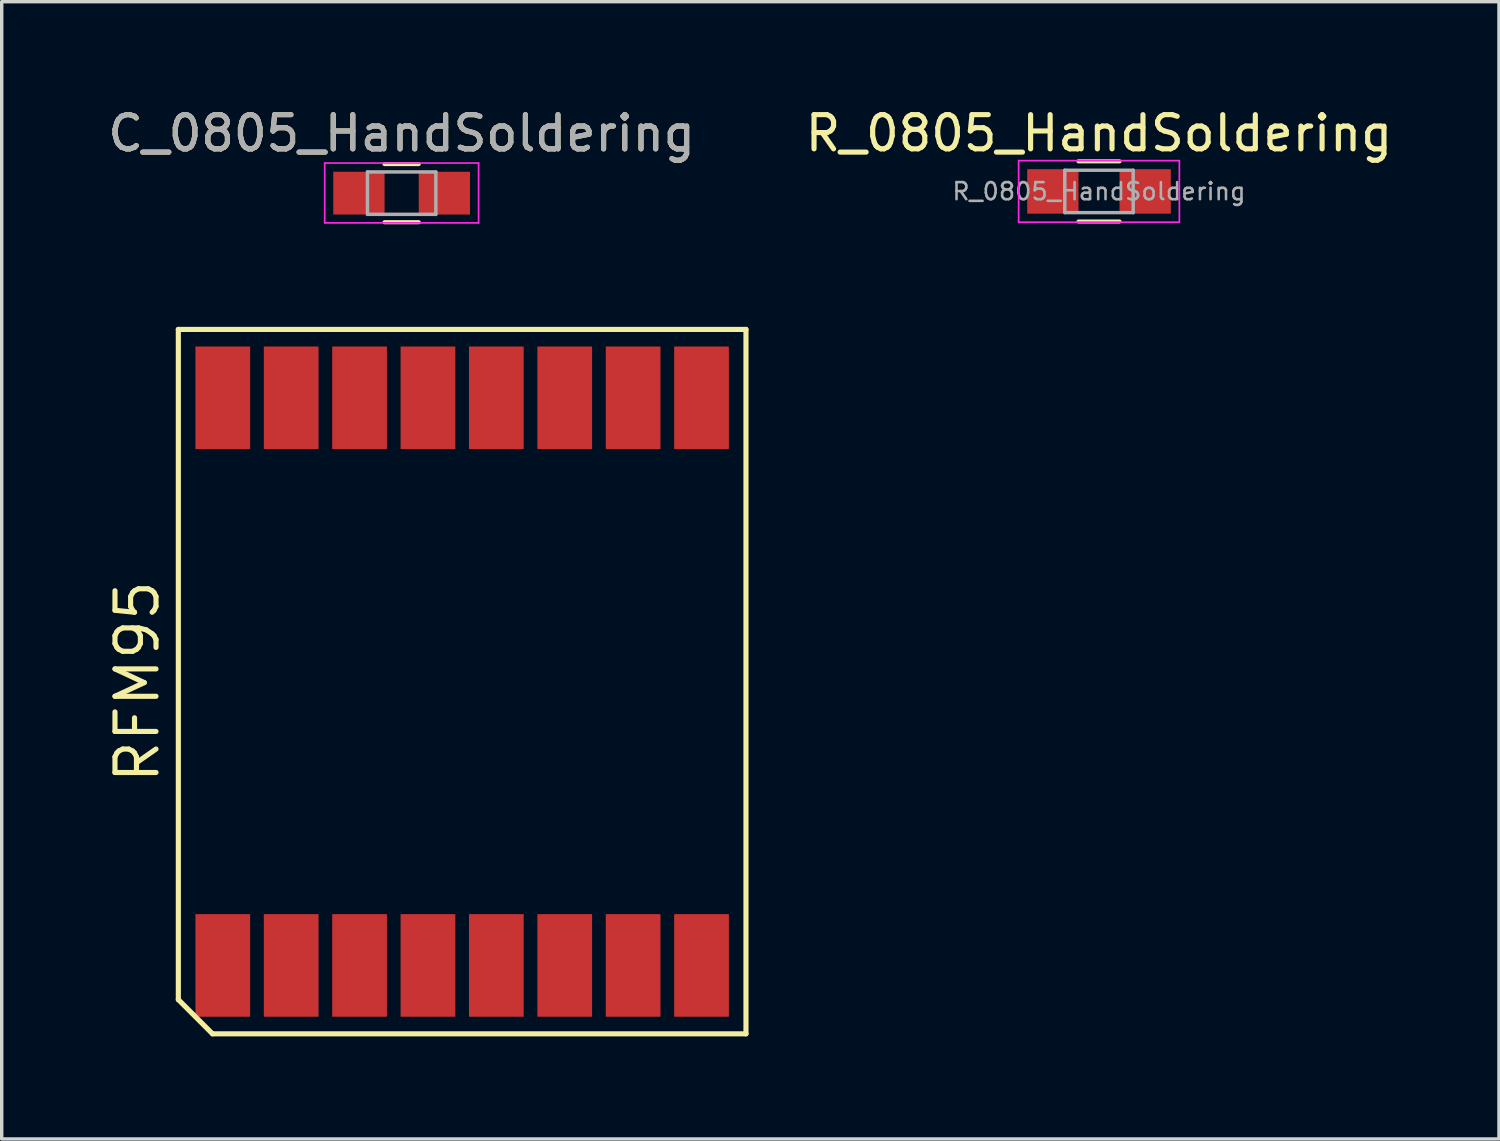
<source format=kicad_pcb>
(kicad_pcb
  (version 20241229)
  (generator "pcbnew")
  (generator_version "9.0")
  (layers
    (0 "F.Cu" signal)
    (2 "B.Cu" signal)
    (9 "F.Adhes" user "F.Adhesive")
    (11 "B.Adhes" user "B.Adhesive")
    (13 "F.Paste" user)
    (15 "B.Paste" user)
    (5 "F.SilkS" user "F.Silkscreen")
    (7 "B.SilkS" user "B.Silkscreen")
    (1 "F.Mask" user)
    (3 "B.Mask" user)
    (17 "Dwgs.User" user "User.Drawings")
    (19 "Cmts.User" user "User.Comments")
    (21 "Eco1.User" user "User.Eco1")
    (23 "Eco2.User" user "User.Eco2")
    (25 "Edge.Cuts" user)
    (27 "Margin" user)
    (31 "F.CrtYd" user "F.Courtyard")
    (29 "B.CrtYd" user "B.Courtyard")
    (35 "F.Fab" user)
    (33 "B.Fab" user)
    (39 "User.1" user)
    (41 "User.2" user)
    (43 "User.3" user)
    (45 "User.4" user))
  (footprint "C_0805_HandSoldering"
    (layer "F.Cu")
    (at 8.696 2.598)
    (property "Reference" "C_0805_HandSoldering" (at 0 -1.75 0) (layer "F.SilkS") (effects (font (size 1 1) (thickness 0.15))))
    (attr smd)
    (fp_line (start -0.5 0.85) (end 0.5 0.85) (stroke (width 0.12) (type solid)) (layer "F.SilkS"))
    (fp_line (start 0.5 -0.85) (end -0.5 -0.85) (stroke (width 0.12) (type solid)) (layer "F.SilkS"))
    (fp_line (start -2.25 -0.88) (end -2.25 0.87) (stroke (width 0.05) (type solid)) (layer "F.CrtYd"))
    (fp_line (start -2.25 -0.88) (end 2.25 -0.88) (stroke (width 0.05) (type solid)) (layer "F.CrtYd"))
    (fp_line (start 2.25 0.87) (end -2.25 0.87) (stroke (width 0.05) (type solid)) (layer "F.CrtYd"))
    (fp_line (start 2.25 0.87) (end 2.25 -0.88) (stroke (width 0.05) (type solid)) (layer "F.CrtYd"))
    (fp_line (start -1 -0.62) (end 1 -0.62) (stroke (width 0.1) (type solid)) (layer "F.Fab"))
    (fp_line (start -1 0.62) (end -1 -0.62) (stroke (width 0.1) (type solid)) (layer "F.Fab"))
    (fp_line (start 1 -0.62) (end 1 0.62) (stroke (width 0.1) (type solid)) (layer "F.Fab"))
    (fp_line (start 1 0.62) (end -1 0.62) (stroke (width 0.1) (type solid)) (layer "F.Fab"))
    (fp_text user "${REFERENCE}" (at 0 -1.75 0) (layer "F.Fab") (effects (font (size 1 1) (thickness 0.15))))
    (pad "1" smd rect (at -1.25 0) (size 1.5 1.25) (layers "F.Cu" "F.Mask" "F.Paste"))
    (pad "2" smd rect (at 1.25 0) (size 1.5 1.25) (layers "F.Cu" "F.Mask" "F.Paste")))
  (footprint "RFM95"
    (layer "F.Cu")
    (at 10.465 16.883)
    (property "Reference" "RFM95" (at -9.5 0 90) (layer "F.SilkS") (effects (font (size 1.2 1.2) (thickness 0.15))))
    (attr through_hole)
    (fp_line (start -8.3 -10.3) (end -8.3 9.3) (stroke (width 0.15) (type solid)) (layer "F.SilkS"))
    (fp_line (start -8.3 9.3) (end -7.3 10.3) (stroke (width 0.15) (type solid)) (layer "F.SilkS"))
    (fp_line (start -7.3 10.3) (end 8.3 10.3) (stroke (width 0.15) (type solid)) (layer "F.SilkS"))
    (fp_line (start 8.3 -10.3) (end -8.3 -10.3) (stroke (width 0.15) (type solid)) (layer "F.SilkS"))
    (fp_line (start 8.3 10.3) (end 8.3 -10.3) (stroke (width 0.15) (type solid)) (layer "F.SilkS"))
    (pad "1" smd rect (at -7 8.3) (size 1.6 3) (layers "F.Cu" "F.Mask" "F.Paste"))
    (pad "2" smd rect (at -5 8.3) (size 1.6 3) (layers "F.Cu" "F.Mask" "F.Paste"))
    (pad "3" smd rect (at -3 8.3) (size 1.6 3) (layers "F.Cu" "F.Mask" "F.Paste"))
    (pad "4" smd rect (at -1 8.3) (size 1.6 3) (layers "F.Cu" "F.Mask" "F.Paste"))
    (pad "5" smd rect (at 1 8.3) (size 1.6 3) (layers "F.Cu" "F.Mask" "F.Paste"))
    (pad "6" smd rect (at 3 8.3) (size 1.6 3) (layers "F.Cu" "F.Mask" "F.Paste"))
    (pad "7" smd rect (at 5 8.3) (size 1.6 3) (layers "F.Cu" "F.Mask" "F.Paste"))
    (pad "8" smd rect (at 7 8.3) (size 1.6 3) (layers "F.Cu" "F.Mask" "F.Paste"))
    (pad "9" smd rect (at 7 -8.3) (size 1.6 3) (layers "F.Cu" "F.Mask" "F.Paste"))
    (pad "10" smd rect (at 5 -8.3) (size 1.6 3) (layers "F.Cu" "F.Mask" "F.Paste"))
    (pad "11" smd rect (at 3 -8.3) (size 1.6 3) (layers "F.Cu" "F.Mask" "F.Paste"))
    (pad "12" smd rect (at 1 -8.3) (size 1.6 3) (layers "F.Cu" "F.Mask" "F.Paste"))
    (pad "13" smd rect (at -1 -8.3) (size 1.6 3) (layers "F.Cu" "F.Mask" "F.Paste"))
    (pad "14" smd rect (at -3 -8.3) (size 1.6 3) (layers "F.Cu" "F.Mask" "F.Paste"))
    (pad "15" smd rect (at -5 -8.3) (size 1.6 3) (layers "F.Cu" "F.Mask" "F.Paste"))
    (pad "16" smd rect (at -7 -8.3) (size 1.6 3) (layers "F.Cu" "F.Mask" "F.Paste")))
  (footprint "R_0805_HandSoldering"
    (layer "F.Cu")
    (at 29.089 2.548)
    (property "Reference" "R_0805_HandSoldering" (at 0 -1.7 0) (layer "F.SilkS") (effects (font (size 1 1) (thickness 0.15))))
    (attr smd)
    (fp_line (start -0.6 -0.88) (end 0.6 -0.88) (stroke (width 0.12) (type solid)) (layer "F.SilkS"))
    (fp_line (start 0.6 0.88) (end -0.6 0.88) (stroke (width 0.12) (type solid)) (layer "F.SilkS"))
    (fp_line (start -2.35 -0.9) (end -2.35 0.9) (stroke (width 0.05) (type solid)) (layer "F.CrtYd"))
    (fp_line (start -2.35 -0.9) (end 2.35 -0.9) (stroke (width 0.05) (type solid)) (layer "F.CrtYd"))
    (fp_line (start 2.35 0.9) (end -2.35 0.9) (stroke (width 0.05) (type solid)) (layer "F.CrtYd"))
    (fp_line (start 2.35 0.9) (end 2.35 -0.9) (stroke (width 0.05) (type solid)) (layer "F.CrtYd"))
    (fp_line (start -1 -0.62) (end 1 -0.62) (stroke (width 0.1) (type solid)) (layer "F.Fab"))
    (fp_line (start -1 0.62) (end -1 -0.62) (stroke (width 0.1) (type solid)) (layer "F.Fab"))
    (fp_line (start 1 -0.62) (end 1 0.62) (stroke (width 0.1) (type solid)) (layer "F.Fab"))
    (fp_line (start 1 0.62) (end -1 0.62) (stroke (width 0.1) (type solid)) (layer "F.Fab"))
    (fp_text user "${REFERENCE}" (at 0 0 0) (layer "F.Fab") (effects (font (size 0.5 0.5) (thickness 0.075))))
    (pad "1" smd rect (at -1.35 0) (size 1.5 1.3) (layers "F.Cu" "F.Mask" "F.Paste"))
    (pad "2" smd rect (at 1.35 0) (size 1.5 1.3) (layers "F.Cu" "F.Mask" "F.Paste")))
  (gr_rect
    (start -3 -3)
    (end 40.786 30.258)
    (stroke (width 0.1) (type default))
    (fill no)
    (layer "Edge.Cuts")))
</source>
